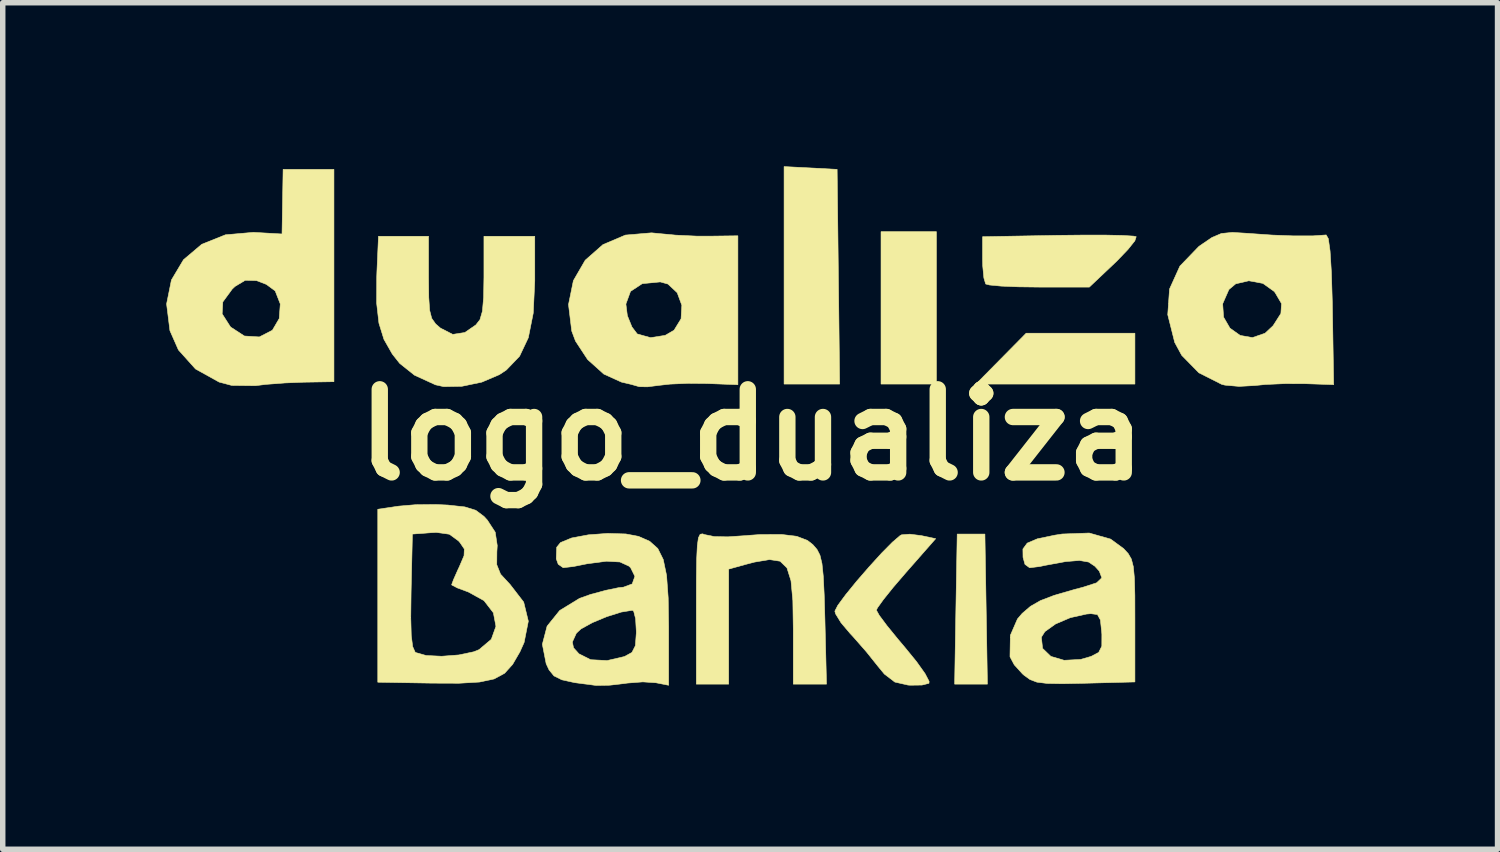
<source format=kicad_pcb>
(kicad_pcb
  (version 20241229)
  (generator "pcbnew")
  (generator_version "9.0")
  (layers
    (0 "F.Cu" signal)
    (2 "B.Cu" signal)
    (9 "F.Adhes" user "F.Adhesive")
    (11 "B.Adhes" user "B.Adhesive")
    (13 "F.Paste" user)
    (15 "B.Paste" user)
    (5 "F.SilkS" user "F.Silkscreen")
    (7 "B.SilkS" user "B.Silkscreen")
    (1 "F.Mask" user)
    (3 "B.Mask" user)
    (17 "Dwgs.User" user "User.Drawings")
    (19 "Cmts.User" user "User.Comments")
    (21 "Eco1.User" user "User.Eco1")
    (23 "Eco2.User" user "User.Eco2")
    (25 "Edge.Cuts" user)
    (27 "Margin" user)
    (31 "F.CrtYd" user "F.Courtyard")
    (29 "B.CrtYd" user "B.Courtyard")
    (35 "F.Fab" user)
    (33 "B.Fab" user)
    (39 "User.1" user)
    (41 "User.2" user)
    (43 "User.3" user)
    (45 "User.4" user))
  (footprint "logo_dualiza"
    (layer "F.Cu")
    (at 10.736 4.924)
    (property "Reference" "logo_dualiza" (at 0 0 0) (layer "F.SilkS") (effects (font (size 1.524 1.524) (thickness 0.3))))
    (attr through_hole)
    (fp_poly (pts (xy 3.387 -0.931) (xy 2.371 -0.931) (xy 2.371 -3.725) (xy 3.387 -3.725) (xy 3.387 -0.931)) (stroke (width 0.01) (type solid)) (fill yes) (layer "F.SilkS"))
    (fp_poly (pts (xy 1.079 -4.894) (xy 1.566 -4.868) (xy 1.612 -0.931) (xy 0.593 -0.931) (xy 0.593 -4.919) (xy 1.079 -4.894)) (stroke (width 0.01) (type solid)) (fill yes) (layer "F.SilkS"))
    (fp_poly (pts (xy 7.027 -0.931) (xy 4.112 -0.931) (xy 4.572 -1.397) (xy 5.032 -1.863) (xy 7.027 -1.863) (xy 7.027 -0.931)) (stroke (width 0.01) (type solid)) (fill yes) (layer "F.SilkS"))
    (fp_poly (pts (xy 4.299 3.196) (xy 4.322 4.572) (xy 3.721 4.572) (xy 3.744 3.196) (xy 3.768 1.82) (xy 4.276 1.82) (xy 4.299 3.196)) (stroke (width 0.01) (type solid)) (fill yes) (layer "F.SilkS"))
    (fp_poly (pts (xy 6.484 -3.663) (xy 6.802 -3.656) (xy 7 -3.644) (xy 7.051 -3.634) (xy 7.026 -3.558) (xy 6.9 -3.4) (xy 6.7 -3.191) (xy 6.654 -3.147) (xy 6.191 -2.709) (xy 5.269 -2.709) (xy 4.889 -2.714) (xy 4.574 -2.727) (xy 4.362 -2.747) (xy 4.29 -2.766) (xy 4.257 -2.877) (xy 4.236 -3.096) (xy 4.233 -3.227) (xy 4.233 -3.633) (xy 5.609 -3.658) (xy 6.076 -3.663) (xy 6.484 -3.663)) (stroke (width 0.01) (type solid)) (fill yes) (layer "F.SilkS"))
    (fp_poly (pts (xy -5.927 -2.885) (xy -5.923 -2.52) (xy -5.907 -2.284) (xy -5.869 -2.136) (xy -5.798 -2.035) (xy -5.71 -1.958) (xy -5.484 -1.842) (xy -5.262 -1.876) (xy -5.059 -2.016) (xy -4.984 -2.112) (xy -4.939 -2.267) (xy -4.917 -2.52) (xy -4.911 -2.892) (xy -4.911 -3.641) (xy -3.979 -3.641) (xy -3.979 -2.821) (xy -4.007 -2.232) (xy -4.097 -1.781) (xy -4.258 -1.441) (xy -4.5 -1.189) (xy -4.629 -1.103) (xy -4.951 -0.966) (xy -5.315 -0.89) (xy -5.65 -0.884) (xy -5.8 -0.917) (xy -6.184 -1.093) (xy -6.456 -1.31) (xy -6.592 -1.482) (xy -6.745 -1.751) (xy -6.837 -2.048) (xy -6.879 -2.416) (xy -6.877 -2.9) (xy -6.874 -2.985) (xy -6.845 -3.641) (xy -5.927 -3.641) (xy -5.927 -2.885)) (stroke (width 0.01) (type solid)) (fill yes) (layer "F.SilkS"))
    (fp_poly (pts (xy -0.868 1.829) (xy -0.69 1.866) (xy -0.437 1.871) (xy -0.381 1.867) (xy 0.152 1.829) (xy 0.546 1.827) (xy 0.827 1.862) (xy 1.022 1.937) (xy 1.12 2.013) (xy 1.197 2.102) (xy 1.251 2.207) (xy 1.288 2.361) (xy 1.312 2.594) (xy 1.329 2.936) (xy 1.342 3.389) (xy 1.371 4.572) (xy 0.762 4.572) (xy 0.762 3.562) (xy 0.754 3.044) (xy 0.72 2.677) (xy 0.646 2.441) (xy 0.52 2.318) (xy 0.326 2.288) (xy 0.052 2.334) (xy -0.106 2.375) (xy -0.423 2.463) (xy -0.423 4.572) (xy -1.016 4.572) (xy -1.016 3.166) (xy -1.015 2.649) (xy -1.01 2.278) (xy -0.998 2.033) (xy -0.978 1.889) (xy -0.946 1.824) (xy -0.901 1.816) (xy -0.868 1.829)) (stroke (width 0.01) (type solid)) (fill yes) (layer "F.SilkS"))
    (fp_poly (pts (xy 3.112 1.849) (xy 3.373 1.905) (xy 2.83 2.523) (xy 2.597 2.794) (xy 2.414 3.022) (xy 2.305 3.174) (xy 2.286 3.216) (xy 2.338 3.31) (xy 2.478 3.498) (xy 2.681 3.747) (xy 2.806 3.895) (xy 3.023 4.161) (xy 3.179 4.38) (xy 3.253 4.522) (xy 3.25 4.557) (xy 3.122 4.589) (xy 2.905 4.592) (xy 2.864 4.589) (xy 2.624 4.534) (xy 2.432 4.387) (xy 2.319 4.25) (xy 2.103 3.98) (xy 1.86 3.703) (xy 1.804 3.643) (xy 1.638 3.447) (xy 1.538 3.284) (xy 1.524 3.234) (xy 1.578 3.128) (xy 1.721 2.934) (xy 1.922 2.687) (xy 2.153 2.421) (xy 2.382 2.169) (xy 2.581 1.968) (xy 2.72 1.849) (xy 2.747 1.834) (xy 2.899 1.822) (xy 3.112 1.849)) (stroke (width 0.01) (type solid)) (fill yes) (layer "F.SilkS"))
    (fp_poly (pts (xy -7.662 -0.974) (xy -8.213 -0.965) (xy -8.566 -0.951) (xy -8.907 -0.925) (xy -9.102 -0.901) (xy -9.537 -0.906) (xy -9.767 -0.967) (xy -10.2 -1.207) (xy -10.514 -1.557) (xy -10.67 -1.911) (xy -10.708 -2.218) (xy -9.712 -2.218) (xy -9.563 -1.985) (xy -9.553 -1.974) (xy -9.304 -1.812) (xy -9.03 -1.795) (xy -8.791 -1.918) (xy -8.665 -2.133) (xy -8.646 -2.4) (xy -8.739 -2.638) (xy -8.742 -2.641) (xy -8.902 -2.759) (xy -9.082 -2.828) (xy -9.289 -2.834) (xy -9.475 -2.722) (xy -9.527 -2.673) (xy -9.7 -2.437) (xy -9.712 -2.218) (xy -10.708 -2.218) (xy -10.731 -2.4) (xy -10.642 -2.84) (xy -10.421 -3.211) (xy -10.086 -3.494) (xy -9.652 -3.668) (xy -9.139 -3.713) (xy -9.122 -3.712) (xy -8.614 -3.683) (xy -8.594 -4.868) (xy -7.662 -4.868) (xy -7.662 -0.974)) (stroke (width 0.01) (type solid)) (fill yes) (layer "F.SilkS"))
    (fp_poly (pts (xy -1.715 -3.692) (xy -1.397 -3.662) (xy -1.015 -3.644) (xy -0.783 -3.643) (xy -0.254 -3.65) (xy -0.254 -0.919) (xy -0.826 -0.941) (xy -1.172 -0.944) (xy -1.496 -0.93) (xy -1.693 -0.908) (xy -1.915 -0.88) (xy -2.065 -0.883) (xy -2.074 -0.886) (xy -2.215 -0.926) (xy -2.39 -0.967) (xy -2.713 -1.114) (xy -3.01 -1.381) (xy -3.232 -1.719) (xy -3.301 -1.903) (xy -3.36 -2.387) (xy -3.358 -2.399) (xy -2.308 -2.399) (xy -2.281 -2.185) (xy -2.197 -1.978) (xy -2.1 -1.85) (xy -2.097 -1.849) (xy -1.856 -1.782) (xy -1.587 -1.824) (xy -1.425 -1.918) (xy -1.296 -2.128) (xy -1.282 -2.376) (xy -1.367 -2.606) (xy -1.537 -2.765) (xy -1.678 -2.804) (xy -2.008 -2.772) (xy -2.223 -2.631) (xy -2.308 -2.399) (xy -3.358 -2.399) (xy -3.271 -2.827) (xy -3.054 -3.202) (xy -2.729 -3.488) (xy -2.317 -3.663) (xy -1.837 -3.704) (xy -1.715 -3.692)) (stroke (width 0.01) (type solid)) (fill yes) (layer "F.SilkS"))
    (fp_poly (pts (xy 9.108 -3.694) (xy 9.144 -3.691) (xy 9.545 -3.663) (xy 9.943 -3.648) (xy 10.285 -3.648) (xy 10.516 -3.664) (xy 10.534 -3.666) (xy 10.574 -3.597) (xy 10.606 -3.37) (xy 10.63 -2.982) (xy 10.647 -2.43) (xy 10.649 -2.302) (xy 10.672 -0.92) (xy 10.141 -0.938) (xy 9.78 -0.939) (xy 9.42 -0.923) (xy 9.229 -0.904) (xy 8.938 -0.888) (xy 8.678 -0.911) (xy 8.618 -0.926) (xy 8.2 -1.137) (xy 7.885 -1.458) (xy 7.757 -1.694) (xy 7.629 -2.203) (xy 7.643 -2.403) (xy 8.636 -2.403) (xy 8.653 -2.158) (xy 8.77 -1.956) (xy 8.957 -1.823) (xy 9.182 -1.783) (xy 9.414 -1.863) (xy 9.561 -2.001) (xy 9.704 -2.225) (xy 9.716 -2.406) (xy 9.598 -2.607) (xy 9.581 -2.629) (xy 9.374 -2.777) (xy 9.116 -2.825) (xy 8.875 -2.769) (xy 8.751 -2.665) (xy 8.636 -2.403) (xy 7.643 -2.403) (xy 7.662 -2.674) (xy 7.852 -3.094) (xy 8.196 -3.451) (xy 8.227 -3.474) (xy 8.439 -3.618) (xy 8.612 -3.692) (xy 8.813 -3.712) (xy 9.108 -3.694)) (stroke (width 0.01) (type solid)) (fill yes) (layer "F.SilkS"))
    (fp_poly (pts (xy -5.573 1.288) (xy -5.262 1.322) (xy -5.061 1.384) (xy -4.91 1.497) (xy -4.848 1.565) (xy -4.704 1.786) (xy -4.667 2.031) (xy -4.674 2.145) (xy -4.676 2.382) (xy -4.606 2.556) (xy -4.431 2.745) (xy -4.182 3.068) (xy -4.097 3.418) (xy -4.174 3.807) (xy -4.251 3.979) (xy -4.385 4.21) (xy -4.532 4.373) (xy -4.724 4.477) (xy -4.993 4.534) (xy -5.368 4.556) (xy -5.863 4.554) (xy -6.858 4.537) (xy -6.858 3.35) (xy -6.253 3.35) (xy -6.244 3.68) (xy -6.218 3.884) (xy -6.174 3.983) (xy -6.162 3.993) (xy -5.972 4.047) (xy -5.686 4.061) (xy -5.372 4.037) (xy -5.098 3.979) (xy -5.001 3.94) (xy -4.776 3.75) (xy -4.691 3.512) (xy -4.738 3.264) (xy -4.91 3.041) (xy -5.2 2.881) (xy -5.204 2.88) (xy -5.398 2.808) (xy -5.499 2.755) (xy -5.503 2.748) (xy -5.47 2.658) (xy -5.389 2.475) (xy -5.362 2.418) (xy -5.276 2.217) (xy -5.271 2.094) (xy -5.35 1.977) (xy -5.378 1.945) (xy -5.546 1.823) (xy -5.782 1.79) (xy -5.88 1.795) (xy -6.223 1.82) (xy -6.247 2.872) (xy -6.253 3.35) (xy -6.858 3.35) (xy -6.858 1.365) (xy -6.474 1.308) (xy -6.168 1.282) (xy -5.796 1.278) (xy -5.573 1.288)) (stroke (width 0.01) (type solid)) (fill yes) (layer "F.SilkS"))
    (fp_poly (pts (xy -2.309 1.818) (xy -2.077 1.862) (xy -1.872 1.952) (xy -1.723 2.085) (xy -1.623 2.286) (xy -1.562 2.579) (xy -1.532 2.992) (xy -1.524 3.52) (xy -1.524 4.593) (xy -1.757 4.547) (xy -1.997 4.531) (xy -2.284 4.553) (xy -2.328 4.56) (xy -2.605 4.592) (xy -2.847 4.596) (xy -2.879 4.593) (xy -3.246 4.545) (xy -3.482 4.493) (xy -3.627 4.421) (xy -3.717 4.311) (xy -3.77 4.198) (xy -3.84 3.841) (xy -3.829 3.8) (xy -3.29 3.8) (xy -3.268 3.906) (xy -3.169 4.016) (xy -2.954 4.124) (xy -2.652 4.14) (xy -2.334 4.066) (xy -2.197 3.991) (xy -2.134 3.867) (xy -2.117 3.637) (xy -2.117 3.6) (xy -2.13 3.372) (xy -2.165 3.235) (xy -2.186 3.217) (xy -2.394 3.251) (xy -2.66 3.335) (xy -2.926 3.446) (xy -3.132 3.56) (xy -3.216 3.638) (xy -3.29 3.8) (xy -3.829 3.8) (xy -3.753 3.509) (xy -3.522 3.222) (xy -3.159 3) (xy -2.953 2.926) (xy -2.673 2.851) (xy -2.441 2.803) (xy -2.353 2.794) (xy -2.192 2.734) (xy -2.143 2.595) (xy -2.221 2.437) (xy -2.254 2.407) (xy -2.418 2.332) (xy -2.663 2.318) (xy -3.02 2.365) (xy -3.269 2.415) (xy -3.458 2.437) (xy -3.549 2.373) (xy -3.585 2.273) (xy -3.577 2.062) (xy -3.507 1.976) (xy -3.304 1.892) (xy -2.996 1.834) (xy -2.643 1.808) (xy -2.309 1.818)) (stroke (width 0.01) (type solid)) (fill yes) (layer "F.SilkS"))
    (fp_poly (pts (xy 6.581 1.912) (xy 6.819 2.086) (xy 6.904 2.178) (xy 6.962 2.279) (xy 6.998 2.419) (xy 7.018 2.631) (xy 7.026 2.947) (xy 7.027 3.4) (xy 7.027 3.413) (xy 7.027 4.532) (xy 6.105 4.556) (xy 5.694 4.564) (xy 5.415 4.559) (xy 5.23 4.536) (xy 5.103 4.488) (xy 4.996 4.411) (xy 4.966 4.385) (xy 4.814 4.217) (xy 4.737 4.072) (xy 4.736 4.064) (xy 4.742 3.712) (xy 5.311 3.712) (xy 5.334 3.917) (xy 5.485 4.063) (xy 5.729 4.135) (xy 6.031 4.119) (xy 6.222 4.064) (xy 6.362 3.991) (xy 6.42 3.876) (xy 6.421 3.66) (xy 6.418 3.62) (xy 6.394 3.395) (xy 6.34 3.296) (xy 6.219 3.28) (xy 6.138 3.287) (xy 5.843 3.353) (xy 5.571 3.469) (xy 5.376 3.609) (xy 5.311 3.712) (xy 4.742 3.712) (xy 4.743 3.676) (xy 4.873 3.377) (xy 4.96 3.275) (xy 5.112 3.145) (xy 5.295 3.04) (xy 5.549 2.943) (xy 5.916 2.837) (xy 6.075 2.795) (xy 6.325 2.714) (xy 6.42 2.623) (xy 6.374 2.5) (xy 6.293 2.41) (xy 6.177 2.333) (xy 6.009 2.304) (xy 5.754 2.325) (xy 5.38 2.394) (xy 5.282 2.415) (xy 5.096 2.438) (xy 5.011 2.376) (xy 4.975 2.246) (xy 4.973 2.094) (xy 5.052 1.986) (xy 5.238 1.907) (xy 5.56 1.84) (xy 5.694 1.819) (xy 6.188 1.801) (xy 6.581 1.912)) (stroke (width 0.01) (type solid)) (fill yes) (layer "F.SilkS")))
  (gr_rect
    (start -3 -3)
    (end 24.413 12.525)
    (stroke (width 0.1) (type default))
    (fill no)
    (layer "Edge.Cuts")))
</source>
